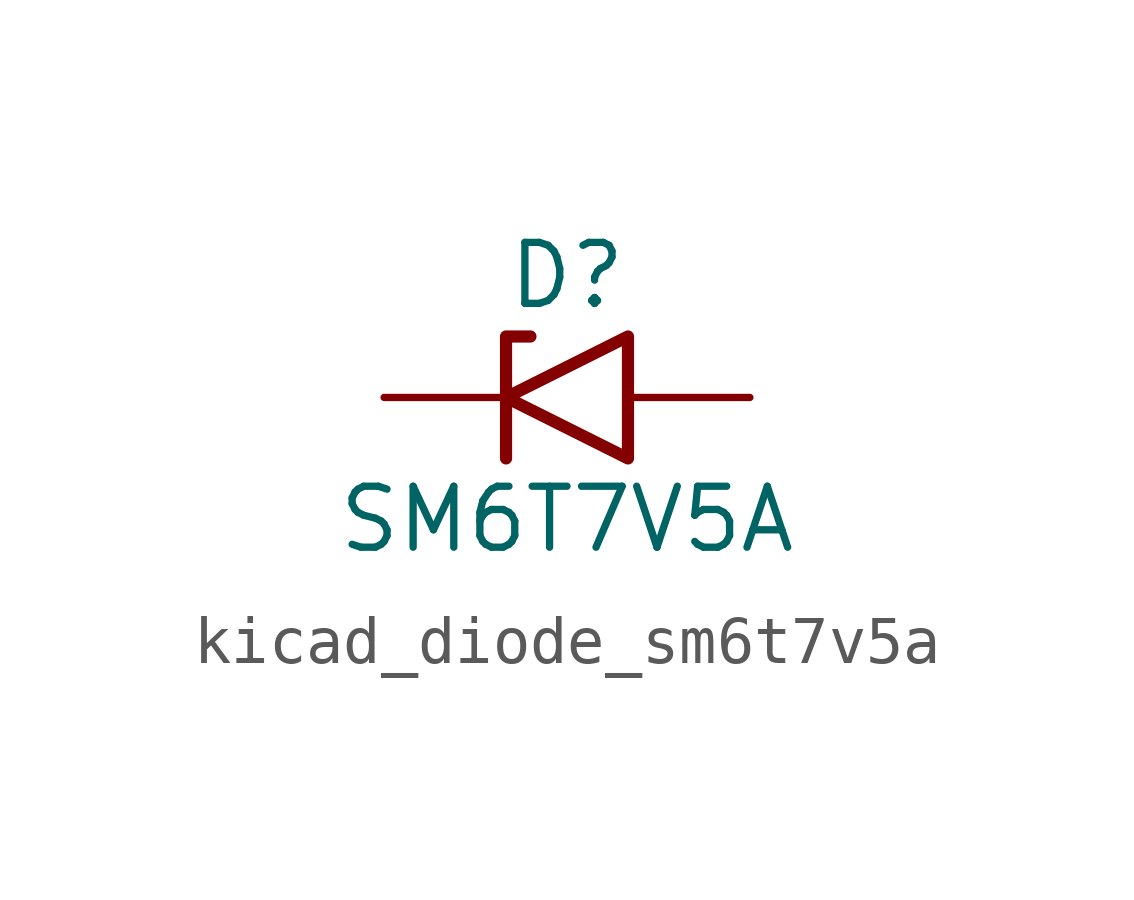
<source format=kicad_sym>
(kicad_symbol_lib
  (version 20220914)
  (generator kicad_symbol_editor)
  (symbol "kicad_diode_sm6t7v5a"
    (pin_numbers hide)
    (pin_names
      (offset 1.016) hide)
    (property "Reference" "D"
      (at 0 2.54 0)
      (effects (font (size 1.27 1.27))))
    (property "Value" "SM6T7V5A"
      (at 0 -2.54 0)
      (effects (font (size 1.27 1.27))))
    (symbol "kicad_diode_sm6t7v5a_0_1"
      (polyline (pts (xy -0.762 1.27) (xy -1.27 1.27) (xy -1.27 -1.27)) (stroke (width 0.254) (type default)) (fill (type none)))
      (polyline (pts (xy 1.27 1.27) (xy 1.27 -1.27) (xy -1.27 0) (xy 1.27 1.27)) (stroke (width 0.254) (type default)) (fill (type none))))
    (symbol "kicad_diode_sm6t7v5a_1_1"
      (pin passive line (at -3.81 0 0) (length 2.54) (name "A1" (effects (font (size 1.27 1.27)))) (number "1" (effects (font (size 1.27 1.27)))))
      (pin passive line (at 3.81 0 180) (length 2.54) (name "A2" (effects (font (size 1.27 1.27)))) (number "2" (effects (font (size 1.27 1.27))))))))
</source>
